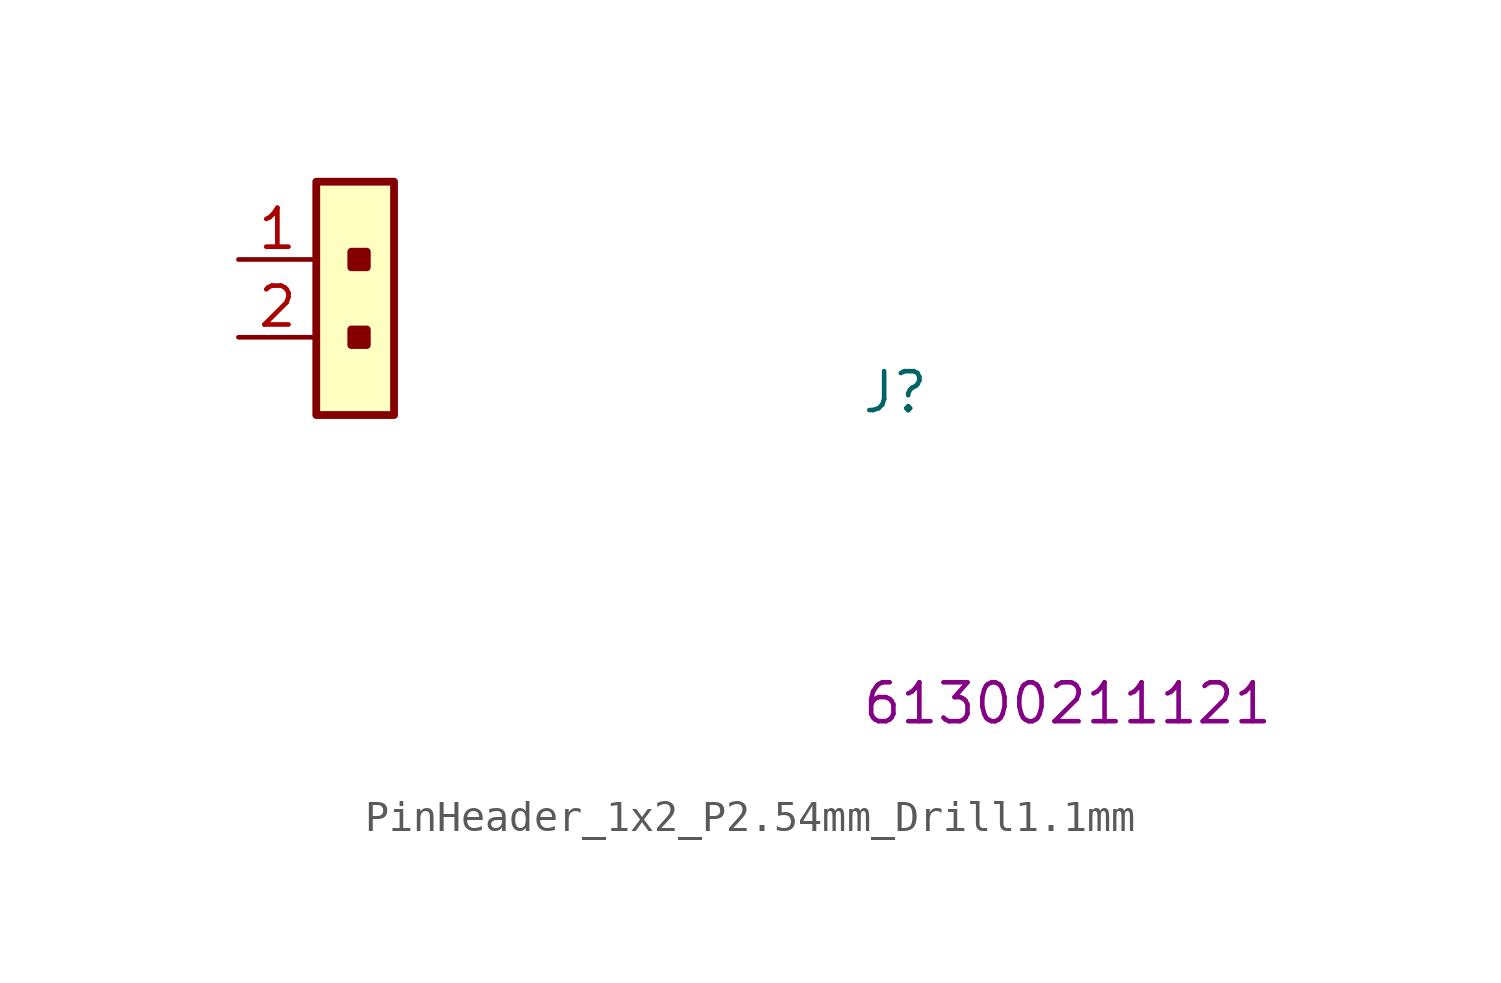
<source format=kicad_sym>
(kicad_symbol_lib
  (version 20220914)
  (generator kicad_symbol_editor)
  (symbol "PinHeader_1x2_P2.54mm_Drill1.1mm"
    (property "Reference" "J"
      (at 20.32 -5.08 0)
      (effects (font (size 1.27 1.27) (thickness 0.15)) (justify left bottom)))
    (property "MPN" "61300211121"
      (at 20.32 -15.24 0)
      (effects (font (size 1.27 1.27) (thickness 0.15)) (justify left bottom)))
    (symbol "PinHeader_1x2_P2.54mm_Drill1.1mm_1_1"
      (rectangle (start 2.54 2.54) (end 5.08 -5.08) (stroke (width 0.254) (type default)) (fill (type background)))
      (rectangle (start 3.683 -2.794) (end 4.191 -2.286) (stroke (width 0.254) (type default)) (fill (type outline)))
      (rectangle (start 3.683 -0.254) (end 4.191 0.254) (stroke (width 0.254) (type default)) (fill (type outline)))
      (pin passive line (at 0 0 0) (length 2.54) (name "~" (effects (font (size 1.27 1.27)))) (number "1" (effects (font (size 1.27 1.27)))))
      (pin passive line (at 0 -2.54 0) (length 2.54) (name "~" (effects (font (size 1.27 1.27)))) (number "2" (effects (font (size 1.27 1.27))))))))
</source>
